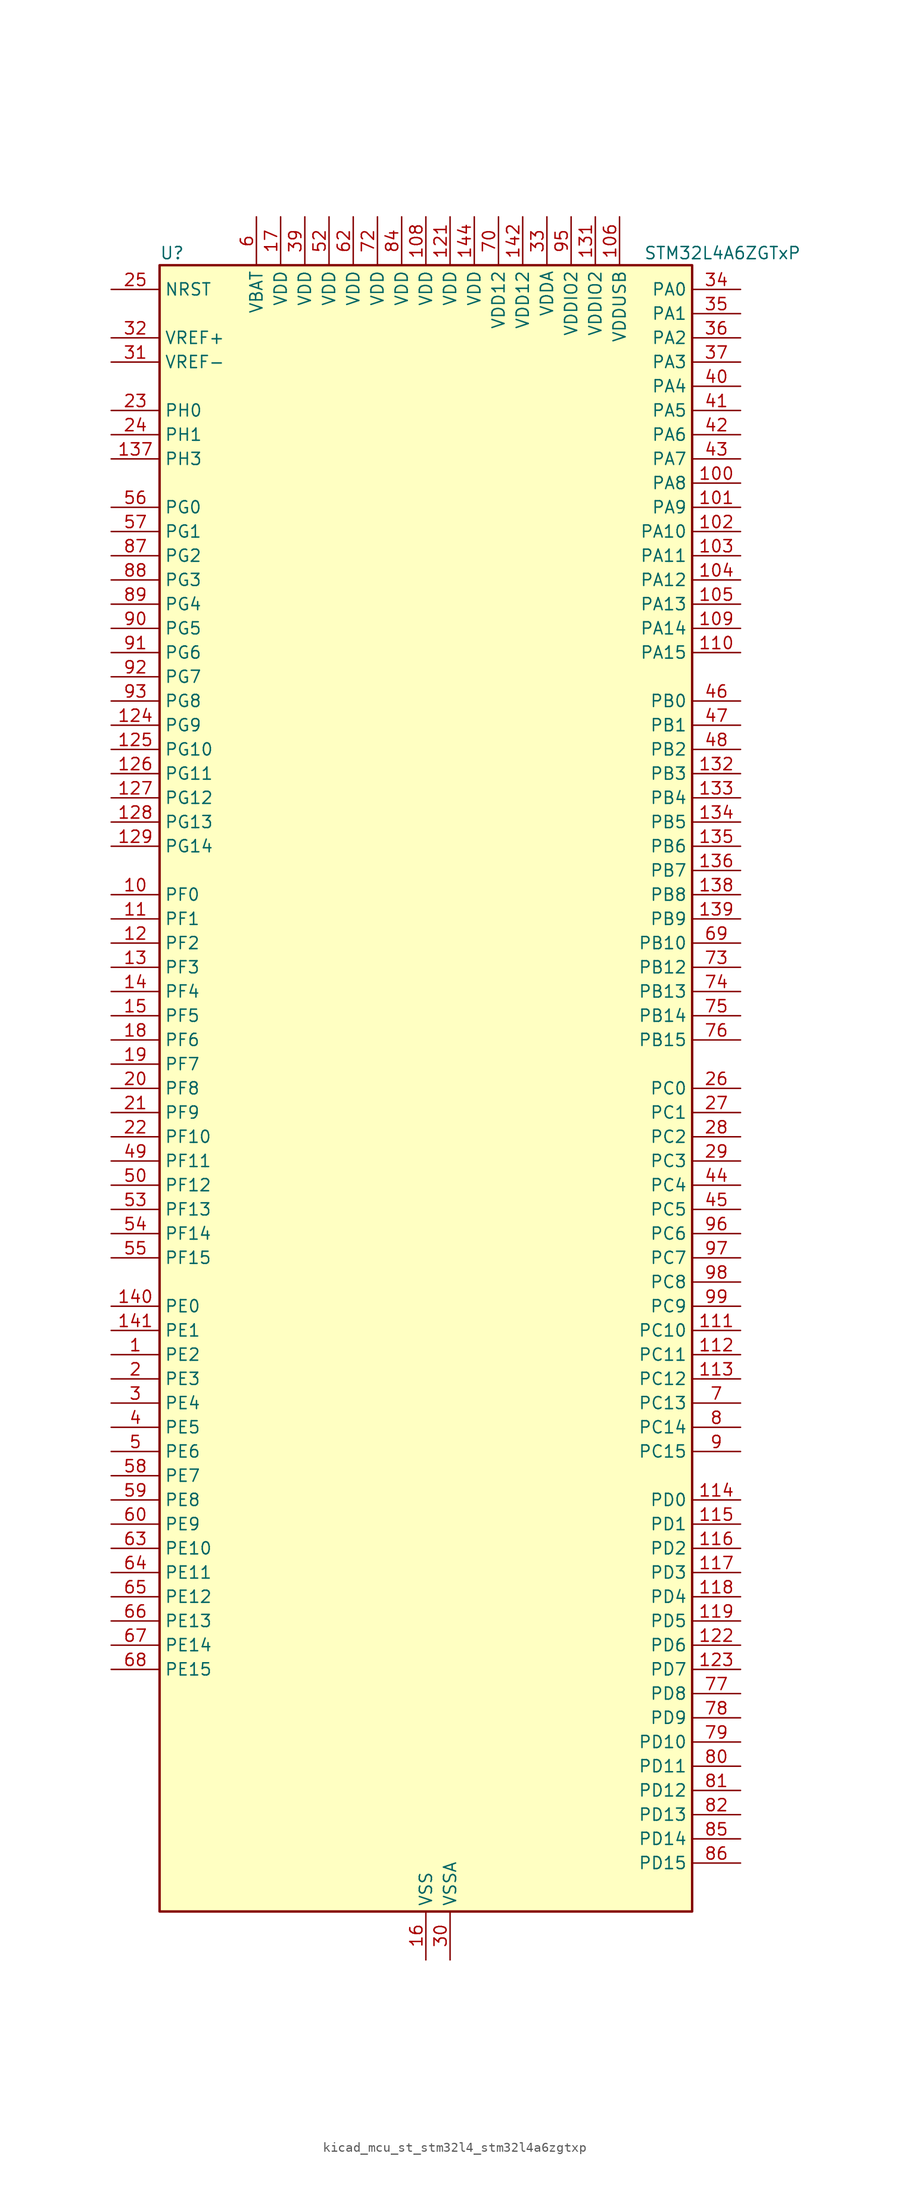
<source format=kicad_sym>
(kicad_symbol_lib
  (version 20220914)
  (generator kicad_symbol_editor)
  (symbol "kicad_mcu_st_stm32l4_stm32l4a6zgtxp"
    (property "Reference" "U"
      (at -27.94 87.63 0)
      (effects (font (size 1.27 1.27)) (justify left)))
    (property "Value" "STM32L4A6ZGTxP"
      (at 22.86 87.63 0)
      (effects (font (size 1.27 1.27)) (justify left)))
    (property "ki_locked" ""
      (at 0 0 0)
      (effects (font (size 1.27 1.27))))
    (symbol "kicad_mcu_st_stm32l4_stm32l4a6zgtxp_0_1"
      (rectangle (start -27.94 -86.36) (end 27.94 86.36) (stroke (width 0.254) (type default)) (fill (type background))))
    (symbol "kicad_mcu_st_stm32l4_stm32l4a6zgtxp_1_1"
      (pin bidirectional line (at -33.02 -27.94 0) (length 5.08) (name "PE2" (effects (font (size 1.27 1.27)))) (number "1" (effects (font (size 1.27 1.27)))) (alternate "FMC_A23" bidirectional line) (alternate "LCD_SEG38" bidirectional line) (alternate "SAI1_MCLK_A" bidirectional line) (alternate "SYS_TRACECLK" bidirectional line) (alternate "TIM3_ETR" bidirectional line) (alternate "TSC_G7_IO1" bidirectional line))
      (pin bidirectional line (at -33.02 20.32 0) (length 5.08) (name "PF0" (effects (font (size 1.27 1.27)))) (number "10" (effects (font (size 1.27 1.27)))) (alternate "FMC_A0" bidirectional line) (alternate "I2C2_SDA" bidirectional line))
      (pin bidirectional line (at 33.02 63.5 180) (length 5.08) (name "PA8" (effects (font (size 1.27 1.27)))) (number "100" (effects (font (size 1.27 1.27)))) (alternate "LCD_COM0" bidirectional line) (alternate "LPTIM2_OUT" bidirectional line) (alternate "RCC_MCO" bidirectional line) (alternate "SAI1_SCK_A" bidirectional line) (alternate "SWPMI1_IO" bidirectional line) (alternate "TIM1_CH1" bidirectional line) (alternate "USART1_CK" bidirectional line) (alternate "USB_OTG_FS_SOF" bidirectional line))
      (pin bidirectional line (at 33.02 60.96 180) (length 5.08) (name "PA9" (effects (font (size 1.27 1.27)))) (number "101" (effects (font (size 1.27 1.27)))) (alternate "DAC1_EXTI9" bidirectional line) (alternate "DCMI_D0" bidirectional line) (alternate "LCD_COM1" bidirectional line) (alternate "SAI1_FS_A" bidirectional line) (alternate "SPI2_SCK" bidirectional line) (alternate "TIM15_BKIN" bidirectional line) (alternate "TIM1_CH2" bidirectional line) (alternate "USART1_TX" bidirectional line) (alternate "USB_OTG_FS_VBUS" bidirectional line))
      (pin bidirectional line (at 33.02 58.42 180) (length 5.08) (name "PA10" (effects (font (size 1.27 1.27)))) (number "102" (effects (font (size 1.27 1.27)))) (alternate "DCMI_D1" bidirectional line) (alternate "LCD_COM2" bidirectional line) (alternate "SAI1_SD_A" bidirectional line) (alternate "TIM17_BKIN" bidirectional line) (alternate "TIM1_CH3" bidirectional line) (alternate "USART1_RX" bidirectional line) (alternate "USB_OTG_FS_ID" bidirectional line))
      (pin bidirectional line (at 33.02 55.88 180) (length 5.08) (name "PA11" (effects (font (size 1.27 1.27)))) (number "103" (effects (font (size 1.27 1.27)))) (alternate "ADC1_EXTI11" bidirectional line) (alternate "ADC2_EXTI11" bidirectional line) (alternate "ADC3_EXTI11" bidirectional line) (alternate "CAN1_RX" bidirectional line) (alternate "SPI1_MISO" bidirectional line) (alternate "TIM1_BKIN2" bidirectional line) (alternate "TIM1_BKIN2_COMP1" bidirectional line) (alternate "TIM1_CH4" bidirectional line) (alternate "USART1_CTS" bidirectional line) (alternate "USB_OTG_FS_DM" bidirectional line))
      (pin bidirectional line (at 33.02 53.34 180) (length 5.08) (name "PA12" (effects (font (size 1.27 1.27)))) (number "104" (effects (font (size 1.27 1.27)))) (alternate "CAN1_TX" bidirectional line) (alternate "SPI1_MOSI" bidirectional line) (alternate "TIM1_ETR" bidirectional line) (alternate "USART1_DE" bidirectional line) (alternate "USART1_RTS" bidirectional line) (alternate "USB_OTG_FS_DP" bidirectional line))
      (pin bidirectional line (at 33.02 50.8 180) (length 5.08) (name "PA13" (effects (font (size 1.27 1.27)))) (number "105" (effects (font (size 1.27 1.27)))) (alternate "IR_OUT" bidirectional line) (alternate "SAI1_SD_B" bidirectional line) (alternate "SWPMI1_TX" bidirectional line) (alternate "SYS_JTMS-SWDIO" bidirectional line) (alternate "USB_OTG_FS_NOE" bidirectional line))
      (pin power_in line (at 20.32 91.44 270) (length 5.08) (name "VDDUSB" (effects (font (size 1.27 1.27)))) (number "106" (effects (font (size 1.27 1.27)))))
      (pin passive line (at 0 -91.44 90) (length 5.08) hide (name "VSS" (effects (font (size 1.27 1.27)))) (number "107" (effects (font (size 1.27 1.27)))))
      (pin power_in line (at 0 91.44 270) (length 5.08) (name "VDD" (effects (font (size 1.27 1.27)))) (number "108" (effects (font (size 1.27 1.27)))))
      (pin bidirectional line (at 33.02 48.26 180) (length 5.08) (name "PA14" (effects (font (size 1.27 1.27)))) (number "109" (effects (font (size 1.27 1.27)))) (alternate "I2C1_SMBA" bidirectional line) (alternate "I2C4_SMBA" bidirectional line) (alternate "LPTIM1_OUT" bidirectional line) (alternate "SAI1_FS_B" bidirectional line) (alternate "SWPMI1_RX" bidirectional line) (alternate "SYS_JTCK-SWCLK" bidirectional line) (alternate "USB_OTG_FS_SOF" bidirectional line))
      (pin bidirectional line (at -33.02 17.78 0) (length 5.08) (name "PF1" (effects (font (size 1.27 1.27)))) (number "11" (effects (font (size 1.27 1.27)))) (alternate "FMC_A1" bidirectional line) (alternate "I2C2_SCL" bidirectional line))
      (pin bidirectional line (at 33.02 45.72 180) (length 5.08) (name "PA15" (effects (font (size 1.27 1.27)))) (number "110" (effects (font (size 1.27 1.27)))) (alternate "ADC1_EXTI15" bidirectional line) (alternate "ADC2_EXTI15" bidirectional line) (alternate "ADC3_EXTI15" bidirectional line) (alternate "LCD_SEG17" bidirectional line) (alternate "SAI2_FS_B" bidirectional line) (alternate "SPI1_NSS" bidirectional line) (alternate "SPI3_NSS" bidirectional line) (alternate "SWPMI1_SUSPEND" bidirectional line) (alternate "SYS_JTDI" bidirectional line) (alternate "TIM2_CH1" bidirectional line) (alternate "TIM2_ETR" bidirectional line) (alternate "TSC_G3_IO1" bidirectional line) (alternate "UART4_DE" bidirectional line) (alternate "UART4_RTS" bidirectional line) (alternate "USART2_RX" bidirectional line) (alternate "USART3_DE" bidirectional line) (alternate "USART3_RTS" bidirectional line))
      (pin bidirectional line (at 33.02 -25.4 180) (length 5.08) (name "PC10" (effects (font (size 1.27 1.27)))) (number "111" (effects (font (size 1.27 1.27)))) (alternate "DCMI_D8" bidirectional line) (alternate "LCD_COM4" bidirectional line) (alternate "LCD_SEG28" bidirectional line) (alternate "LCD_SEG40" bidirectional line) (alternate "SAI2_SCK_B" bidirectional line) (alternate "SDMMC1_D2" bidirectional line) (alternate "SPI3_SCK" bidirectional line) (alternate "SYS_TRACED1" bidirectional line) (alternate "TSC_G3_IO2" bidirectional line) (alternate "UART4_TX" bidirectional line) (alternate "USART3_TX" bidirectional line))
      (pin bidirectional line (at 33.02 -27.94 180) (length 5.08) (name "PC11" (effects (font (size 1.27 1.27)))) (number "112" (effects (font (size 1.27 1.27)))) (alternate "ADC1_EXTI11" bidirectional line) (alternate "ADC2_EXTI11" bidirectional line) (alternate "ADC3_EXTI11" bidirectional line) (alternate "DCMI_D4" bidirectional line) (alternate "LCD_COM5" bidirectional line) (alternate "LCD_SEG29" bidirectional line) (alternate "LCD_SEG41" bidirectional line) (alternate "QUADSPI_BK2_NCS" bidirectional line) (alternate "SAI2_MCLK_B" bidirectional line) (alternate "SDMMC1_D3" bidirectional line) (alternate "SPI3_MISO" bidirectional line) (alternate "TSC_G3_IO3" bidirectional line) (alternate "UART4_RX" bidirectional line) (alternate "USART3_RX" bidirectional line))
      (pin bidirectional line (at 33.02 -30.48 180) (length 5.08) (name "PC12" (effects (font (size 1.27 1.27)))) (number "113" (effects (font (size 1.27 1.27)))) (alternate "DCMI_D9" bidirectional line) (alternate "LCD_COM6" bidirectional line) (alternate "LCD_SEG30" bidirectional line) (alternate "LCD_SEG42" bidirectional line) (alternate "SAI2_SD_B" bidirectional line) (alternate "SDMMC1_CK" bidirectional line) (alternate "SPI3_MOSI" bidirectional line) (alternate "SYS_TRACED3" bidirectional line) (alternate "TSC_G3_IO4" bidirectional line) (alternate "UART5_TX" bidirectional line) (alternate "USART3_CK" bidirectional line))
      (pin bidirectional line (at 33.02 -43.18 180) (length 5.08) (name "PD0" (effects (font (size 1.27 1.27)))) (number "114" (effects (font (size 1.27 1.27)))) (alternate "CAN1_RX" bidirectional line) (alternate "DFSDM1_DATIN7" bidirectional line) (alternate "FMC_D2" bidirectional line) (alternate "FMC_DA2" bidirectional line) (alternate "SPI2_NSS" bidirectional line))
      (pin bidirectional line (at 33.02 -45.72 180) (length 5.08) (name "PD1" (effects (font (size 1.27 1.27)))) (number "115" (effects (font (size 1.27 1.27)))) (alternate "CAN1_TX" bidirectional line) (alternate "DFSDM1_CKIN7" bidirectional line) (alternate "FMC_D3" bidirectional line) (alternate "FMC_DA3" bidirectional line) (alternate "SPI2_SCK" bidirectional line))
      (pin bidirectional line (at 33.02 -48.26 180) (length 5.08) (name "PD2" (effects (font (size 1.27 1.27)))) (number "116" (effects (font (size 1.27 1.27)))) (alternate "DCMI_D11" bidirectional line) (alternate "LCD_COM7" bidirectional line) (alternate "LCD_SEG31" bidirectional line) (alternate "LCD_SEG43" bidirectional line) (alternate "SDMMC1_CMD" bidirectional line) (alternate "SYS_TRACED2" bidirectional line) (alternate "TIM3_ETR" bidirectional line) (alternate "TSC_SYNC" bidirectional line) (alternate "UART5_RX" bidirectional line) (alternate "USART3_DE" bidirectional line) (alternate "USART3_RTS" bidirectional line))
      (pin bidirectional line (at 33.02 -50.8 180) (length 5.08) (name "PD3" (effects (font (size 1.27 1.27)))) (number "117" (effects (font (size 1.27 1.27)))) (alternate "DCMI_D5" bidirectional line) (alternate "DFSDM1_DATIN0" bidirectional line) (alternate "FMC_CLK" bidirectional line) (alternate "QUADSPI_BK2_NCS" bidirectional line) (alternate "SPI2_MISO" bidirectional line) (alternate "SPI2_SCK" bidirectional line) (alternate "USART2_CTS" bidirectional line))
      (pin bidirectional line (at 33.02 -53.34 180) (length 5.08) (name "PD4" (effects (font (size 1.27 1.27)))) (number "118" (effects (font (size 1.27 1.27)))) (alternate "DFSDM1_CKIN0" bidirectional line) (alternate "FMC_NOE" bidirectional line) (alternate "QUADSPI_BK2_IO0" bidirectional line) (alternate "SPI2_MOSI" bidirectional line) (alternate "USART2_DE" bidirectional line) (alternate "USART2_RTS" bidirectional line))
      (pin bidirectional line (at 33.02 -55.88 180) (length 5.08) (name "PD5" (effects (font (size 1.27 1.27)))) (number "119" (effects (font (size 1.27 1.27)))) (alternate "FMC_NWE" bidirectional line) (alternate "QUADSPI_BK2_IO1" bidirectional line) (alternate "USART2_TX" bidirectional line))
      (pin bidirectional line (at -33.02 15.24 0) (length 5.08) (name "PF2" (effects (font (size 1.27 1.27)))) (number "12" (effects (font (size 1.27 1.27)))) (alternate "FMC_A2" bidirectional line) (alternate "I2C2_SMBA" bidirectional line))
      (pin passive line (at 0 -91.44 90) (length 5.08) hide (name "VSS" (effects (font (size 1.27 1.27)))) (number "120" (effects (font (size 1.27 1.27)))))
      (pin power_in line (at 2.54 91.44 270) (length 5.08) (name "VDD" (effects (font (size 1.27 1.27)))) (number "121" (effects (font (size 1.27 1.27)))))
      (pin bidirectional line (at 33.02 -58.42 180) (length 5.08) (name "PD6" (effects (font (size 1.27 1.27)))) (number "122" (effects (font (size 1.27 1.27)))) (alternate "DCMI_D10" bidirectional line) (alternate "DFSDM1_DATIN1" bidirectional line) (alternate "FMC_NWAIT" bidirectional line) (alternate "QUADSPI_BK2_IO1" bidirectional line) (alternate "QUADSPI_BK2_IO2" bidirectional line) (alternate "SAI1_SD_A" bidirectional line) (alternate "USART2_RX" bidirectional line))
      (pin bidirectional line (at 33.02 -60.96 180) (length 5.08) (name "PD7" (effects (font (size 1.27 1.27)))) (number "123" (effects (font (size 1.27 1.27)))) (alternate "DFSDM1_CKIN1" bidirectional line) (alternate "FMC_NE1" bidirectional line) (alternate "QUADSPI_BK2_IO3" bidirectional line) (alternate "USART2_CK" bidirectional line))
      (pin bidirectional line (at -33.02 38.1 0) (length 5.08) (name "PG9" (effects (font (size 1.27 1.27)))) (number "124" (effects (font (size 1.27 1.27)))) (alternate "DAC1_EXTI9" bidirectional line) (alternate "FMC_NCE" bidirectional line) (alternate "FMC_NE2" bidirectional line) (alternate "SAI2_SCK_A" bidirectional line) (alternate "SPI3_SCK" bidirectional line) (alternate "TIM15_CH1N" bidirectional line) (alternate "USART1_TX" bidirectional line))
      (pin bidirectional line (at -33.02 35.56 0) (length 5.08) (name "PG10" (effects (font (size 1.27 1.27)))) (number "125" (effects (font (size 1.27 1.27)))) (alternate "FMC_NE3" bidirectional line) (alternate "LPTIM1_IN1" bidirectional line) (alternate "SAI2_FS_A" bidirectional line) (alternate "SPI3_MISO" bidirectional line) (alternate "TIM15_CH1" bidirectional line) (alternate "USART1_RX" bidirectional line))
      (pin bidirectional line (at -33.02 33.02 0) (length 5.08) (name "PG11" (effects (font (size 1.27 1.27)))) (number "126" (effects (font (size 1.27 1.27)))) (alternate "ADC1_EXTI11" bidirectional line) (alternate "ADC2_EXTI11" bidirectional line) (alternate "ADC3_EXTI11" bidirectional line) (alternate "LPTIM1_IN2" bidirectional line) (alternate "SAI2_MCLK_A" bidirectional line) (alternate "SPI3_MOSI" bidirectional line) (alternate "TIM15_CH2" bidirectional line) (alternate "USART1_CTS" bidirectional line))
      (pin bidirectional line (at -33.02 30.48 0) (length 5.08) (name "PG12" (effects (font (size 1.27 1.27)))) (number "127" (effects (font (size 1.27 1.27)))) (alternate "FMC_NE4" bidirectional line) (alternate "LPTIM1_ETR" bidirectional line) (alternate "SAI2_SD_A" bidirectional line) (alternate "SPI3_NSS" bidirectional line) (alternate "USART1_DE" bidirectional line) (alternate "USART1_RTS" bidirectional line))
      (pin bidirectional line (at -33.02 27.94 0) (length 5.08) (name "PG13" (effects (font (size 1.27 1.27)))) (number "128" (effects (font (size 1.27 1.27)))) (alternate "FMC_A24" bidirectional line) (alternate "I2C1_SDA" bidirectional line) (alternate "USART1_CK" bidirectional line))
      (pin bidirectional line (at -33.02 25.4 0) (length 5.08) (name "PG14" (effects (font (size 1.27 1.27)))) (number "129" (effects (font (size 1.27 1.27)))) (alternate "FMC_A25" bidirectional line) (alternate "I2C1_SCL" bidirectional line))
      (pin bidirectional line (at -33.02 12.7 0) (length 5.08) (name "PF3" (effects (font (size 1.27 1.27)))) (number "13" (effects (font (size 1.27 1.27)))) (alternate "ADC3_IN6" bidirectional line) (alternate "FMC_A3" bidirectional line))
      (pin passive line (at 0 -91.44 90) (length 5.08) hide (name "VSS" (effects (font (size 1.27 1.27)))) (number "130" (effects (font (size 1.27 1.27)))))
      (pin power_in line (at 17.78 91.44 270) (length 5.08) (name "VDDIO2" (effects (font (size 1.27 1.27)))) (number "131" (effects (font (size 1.27 1.27)))))
      (pin bidirectional line (at 33.02 33.02 180) (length 5.08) (name "PB3" (effects (font (size 1.27 1.27)))) (number "132" (effects (font (size 1.27 1.27)))) (alternate "COMP2_INM" bidirectional line) (alternate "CRS_SYNC" bidirectional line) (alternate "LCD_SEG7" bidirectional line) (alternate "SAI1_SCK_B" bidirectional line) (alternate "SPI1_SCK" bidirectional line) (alternate "SPI3_SCK" bidirectional line) (alternate "SYS_JTDO-SWO" bidirectional line) (alternate "TIM2_CH2" bidirectional line) (alternate "USART1_DE" bidirectional line) (alternate "USART1_RTS" bidirectional line))
      (pin bidirectional line (at 33.02 30.48 180) (length 5.08) (name "PB4" (effects (font (size 1.27 1.27)))) (number "133" (effects (font (size 1.27 1.27)))) (alternate "COMP2_INP" bidirectional line) (alternate "DCMI_D12" bidirectional line) (alternate "I2C3_SDA" bidirectional line) (alternate "LCD_SEG8" bidirectional line) (alternate "SAI1_MCLK_B" bidirectional line) (alternate "SPI1_MISO" bidirectional line) (alternate "SPI3_MISO" bidirectional line) (alternate "SYS_JTRST" bidirectional line) (alternate "TIM17_BKIN" bidirectional line) (alternate "TIM3_CH1" bidirectional line) (alternate "TSC_G2_IO1" bidirectional line) (alternate "UART5_DE" bidirectional line) (alternate "UART5_RTS" bidirectional line) (alternate "USART1_CTS" bidirectional line))
      (pin bidirectional line (at 33.02 27.94 180) (length 5.08) (name "PB5" (effects (font (size 1.27 1.27)))) (number "134" (effects (font (size 1.27 1.27)))) (alternate "CAN2_RX" bidirectional line) (alternate "COMP2_OUT" bidirectional line) (alternate "DCMI_D10" bidirectional line) (alternate "I2C1_SMBA" bidirectional line) (alternate "LCD_SEG9" bidirectional line) (alternate "LPTIM1_IN1" bidirectional line) (alternate "SAI1_SD_B" bidirectional line) (alternate "SPI1_MOSI" bidirectional line) (alternate "SPI3_MOSI" bidirectional line) (alternate "TIM16_BKIN" bidirectional line) (alternate "TIM3_CH2" bidirectional line) (alternate "TSC_G2_IO2" bidirectional line) (alternate "UART5_CTS" bidirectional line) (alternate "USART1_CK" bidirectional line))
      (pin bidirectional line (at 33.02 25.4 180) (length 5.08) (name "PB6" (effects (font (size 1.27 1.27)))) (number "135" (effects (font (size 1.27 1.27)))) (alternate "CAN2_TX" bidirectional line) (alternate "COMP2_INP" bidirectional line) (alternate "DCMI_D5" bidirectional line) (alternate "DFSDM1_DATIN5" bidirectional line) (alternate "I2C1_SCL" bidirectional line) (alternate "I2C4_SCL" bidirectional line) (alternate "LPTIM1_ETR" bidirectional line) (alternate "SAI1_FS_B" bidirectional line) (alternate "TIM16_CH1N" bidirectional line) (alternate "TIM4_CH1" bidirectional line) (alternate "TIM8_BKIN2" bidirectional line) (alternate "TIM8_BKIN2_COMP2" bidirectional line) (alternate "TSC_G2_IO3" bidirectional line) (alternate "USART1_TX" bidirectional line))
      (pin bidirectional line (at 33.02 22.86 180) (length 5.08) (name "PB7" (effects (font (size 1.27 1.27)))) (number "136" (effects (font (size 1.27 1.27)))) (alternate "COMP2_INM" bidirectional line) (alternate "DCMI_VSYNC" bidirectional line) (alternate "DFSDM1_CKIN5" bidirectional line) (alternate "FMC_NL" bidirectional line) (alternate "I2C1_SDA" bidirectional line) (alternate "I2C4_SDA" bidirectional line) (alternate "LCD_SEG21" bidirectional line) (alternate "LPTIM1_IN2" bidirectional line) (alternate "SYS_PVD_IN" bidirectional line) (alternate "TIM17_CH1N" bidirectional line) (alternate "TIM4_CH2" bidirectional line) (alternate "TIM8_BKIN" bidirectional line) (alternate "TIM8_BKIN_COMP1" bidirectional line) (alternate "TSC_G2_IO4" bidirectional line) (alternate "UART4_CTS" bidirectional line) (alternate "USART1_RX" bidirectional line))
      (pin bidirectional line (at -33.02 66.04 0) (length 5.08) (name "PH3" (effects (font (size 1.27 1.27)))) (number "137" (effects (font (size 1.27 1.27)))))
      (pin bidirectional line (at 33.02 20.32 180) (length 5.08) (name "PB8" (effects (font (size 1.27 1.27)))) (number "138" (effects (font (size 1.27 1.27)))) (alternate "CAN1_RX" bidirectional line) (alternate "DCMI_D6" bidirectional line) (alternate "DFSDM1_DATIN6" bidirectional line) (alternate "I2C1_SCL" bidirectional line) (alternate "LCD_SEG16" bidirectional line) (alternate "SAI1_MCLK_A" bidirectional line) (alternate "SDMMC1_D4" bidirectional line) (alternate "TIM16_CH1" bidirectional line) (alternate "TIM4_CH3" bidirectional line))
      (pin bidirectional line (at 33.02 17.78 180) (length 5.08) (name "PB9" (effects (font (size 1.27 1.27)))) (number "139" (effects (font (size 1.27 1.27)))) (alternate "CAN1_TX" bidirectional line) (alternate "DAC1_EXTI9" bidirectional line) (alternate "DCMI_D7" bidirectional line) (alternate "DFSDM1_CKIN6" bidirectional line) (alternate "I2C1_SDA" bidirectional line) (alternate "IR_OUT" bidirectional line) (alternate "LCD_COM3" bidirectional line) (alternate "SAI1_FS_A" bidirectional line) (alternate "SDMMC1_D5" bidirectional line) (alternate "SPI2_NSS" bidirectional line) (alternate "TIM17_CH1" bidirectional line) (alternate "TIM4_CH4" bidirectional line))
      (pin bidirectional line (at -33.02 10.16 0) (length 5.08) (name "PF4" (effects (font (size 1.27 1.27)))) (number "14" (effects (font (size 1.27 1.27)))) (alternate "ADC3_IN7" bidirectional line) (alternate "FMC_A4" bidirectional line))
      (pin bidirectional line (at -33.02 -22.86 0) (length 5.08) (name "PE0" (effects (font (size 1.27 1.27)))) (number "140" (effects (font (size 1.27 1.27)))) (alternate "DCMI_D2" bidirectional line) (alternate "FMC_NBL0" bidirectional line) (alternate "LCD_SEG36" bidirectional line) (alternate "TIM16_CH1" bidirectional line) (alternate "TIM4_ETR" bidirectional line))
      (pin bidirectional line (at -33.02 -25.4 0) (length 5.08) (name "PE1" (effects (font (size 1.27 1.27)))) (number "141" (effects (font (size 1.27 1.27)))) (alternate "DCMI_D3" bidirectional line) (alternate "FMC_NBL1" bidirectional line) (alternate "LCD_SEG37" bidirectional line) (alternate "TIM17_CH1" bidirectional line))
      (pin power_in line (at 10.16 91.44 270) (length 5.08) (name "VDD12" (effects (font (size 1.27 1.27)))) (number "142" (effects (font (size 1.27 1.27)))))
      (pin passive line (at 0 -91.44 90) (length 5.08) hide (name "VSS" (effects (font (size 1.27 1.27)))) (number "143" (effects (font (size 1.27 1.27)))))
      (pin power_in line (at 5.08 91.44 270) (length 5.08) (name "VDD" (effects (font (size 1.27 1.27)))) (number "144" (effects (font (size 1.27 1.27)))))
      (pin bidirectional line (at -33.02 7.62 0) (length 5.08) (name "PF5" (effects (font (size 1.27 1.27)))) (number "15" (effects (font (size 1.27 1.27)))) (alternate "ADC3_IN8" bidirectional line) (alternate "FMC_A5" bidirectional line))
      (pin power_in line (at 0 -91.44 90) (length 5.08) (name "VSS" (effects (font (size 1.27 1.27)))) (number "16" (effects (font (size 1.27 1.27)))))
      (pin power_in line (at -15.24 91.44 270) (length 5.08) (name "VDD" (effects (font (size 1.27 1.27)))) (number "17" (effects (font (size 1.27 1.27)))))
      (pin bidirectional line (at -33.02 5.08 0) (length 5.08) (name "PF6" (effects (font (size 1.27 1.27)))) (number "18" (effects (font (size 1.27 1.27)))) (alternate "ADC3_IN9" bidirectional line) (alternate "QUADSPI_BK1_IO3" bidirectional line) (alternate "SAI1_SD_B" bidirectional line) (alternate "TIM5_CH1" bidirectional line) (alternate "TIM5_ETR" bidirectional line))
      (pin bidirectional line (at -33.02 2.54 0) (length 5.08) (name "PF7" (effects (font (size 1.27 1.27)))) (number "19" (effects (font (size 1.27 1.27)))) (alternate "ADC3_IN10" bidirectional line) (alternate "QUADSPI_BK1_IO2" bidirectional line) (alternate "SAI1_MCLK_B" bidirectional line) (alternate "TIM5_CH2" bidirectional line))
      (pin bidirectional line (at -33.02 -30.48 0) (length 5.08) (name "PE3" (effects (font (size 1.27 1.27)))) (number "2" (effects (font (size 1.27 1.27)))) (alternate "FMC_A19" bidirectional line) (alternate "LCD_SEG39" bidirectional line) (alternate "SAI1_SD_B" bidirectional line) (alternate "SYS_TRACED0" bidirectional line) (alternate "TIM3_CH1" bidirectional line) (alternate "TSC_G7_IO2" bidirectional line))
      (pin bidirectional line (at -33.02 0 0) (length 5.08) (name "PF8" (effects (font (size 1.27 1.27)))) (number "20" (effects (font (size 1.27 1.27)))) (alternate "ADC3_IN11" bidirectional line) (alternate "QUADSPI_BK1_IO0" bidirectional line) (alternate "SAI1_SCK_B" bidirectional line) (alternate "TIM5_CH3" bidirectional line))
      (pin bidirectional line (at -33.02 -2.54 0) (length 5.08) (name "PF9" (effects (font (size 1.27 1.27)))) (number "21" (effects (font (size 1.27 1.27)))) (alternate "ADC3_IN12" bidirectional line) (alternate "DAC1_EXTI9" bidirectional line) (alternate "QUADSPI_BK1_IO1" bidirectional line) (alternate "SAI1_FS_B" bidirectional line) (alternate "TIM15_CH1" bidirectional line) (alternate "TIM5_CH4" bidirectional line))
      (pin bidirectional line (at -33.02 -5.08 0) (length 5.08) (name "PF10" (effects (font (size 1.27 1.27)))) (number "22" (effects (font (size 1.27 1.27)))) (alternate "ADC3_IN13" bidirectional line) (alternate "DCMI_D11" bidirectional line) (alternate "QUADSPI_CLK" bidirectional line) (alternate "TIM15_CH2" bidirectional line))
      (pin bidirectional line (at -33.02 71.12 0) (length 5.08) (name "PH0" (effects (font (size 1.27 1.27)))) (number "23" (effects (font (size 1.27 1.27)))) (alternate "RCC_OSC_IN" bidirectional line))
      (pin bidirectional line (at -33.02 68.58 0) (length 5.08) (name "PH1" (effects (font (size 1.27 1.27)))) (number "24" (effects (font (size 1.27 1.27)))) (alternate "RCC_OSC_OUT" bidirectional line))
      (pin input line (at -33.02 83.82 0) (length 5.08) (name "NRST" (effects (font (size 1.27 1.27)))) (number "25" (effects (font (size 1.27 1.27)))))
      (pin bidirectional line (at 33.02 0 180) (length 5.08) (name "PC0" (effects (font (size 1.27 1.27)))) (number "26" (effects (font (size 1.27 1.27)))) (alternate "ADC1_IN1" bidirectional line) (alternate "ADC2_IN1" bidirectional line) (alternate "ADC3_IN1" bidirectional line) (alternate "DFSDM1_DATIN4" bidirectional line) (alternate "I2C3_SCL" bidirectional line) (alternate "I2C4_SCL" bidirectional line) (alternate "LCD_SEG18" bidirectional line) (alternate "LPTIM1_IN1" bidirectional line) (alternate "LPTIM2_IN1" bidirectional line) (alternate "LPUART1_RX" bidirectional line))
      (pin bidirectional line (at 33.02 -2.54 180) (length 5.08) (name "PC1" (effects (font (size 1.27 1.27)))) (number "27" (effects (font (size 1.27 1.27)))) (alternate "ADC1_IN2" bidirectional line) (alternate "ADC2_IN2" bidirectional line) (alternate "ADC3_IN2" bidirectional line) (alternate "DFSDM1_CKIN4" bidirectional line) (alternate "I2C3_SDA" bidirectional line) (alternate "I2C4_SDA" bidirectional line) (alternate "LCD_SEG19" bidirectional line) (alternate "LPTIM1_OUT" bidirectional line) (alternate "LPUART1_TX" bidirectional line) (alternate "QUADSPI_BK2_IO0" bidirectional line) (alternate "SAI1_SD_A" bidirectional line) (alternate "SPI2_MOSI" bidirectional line) (alternate "SYS_TRACED0" bidirectional line))
      (pin bidirectional line (at 33.02 -5.08 180) (length 5.08) (name "PC2" (effects (font (size 1.27 1.27)))) (number "28" (effects (font (size 1.27 1.27)))) (alternate "ADC1_IN3" bidirectional line) (alternate "ADC2_IN3" bidirectional line) (alternate "ADC3_IN3" bidirectional line) (alternate "DFSDM1_CKOUT" bidirectional line) (alternate "LCD_SEG20" bidirectional line) (alternate "LPTIM1_IN2" bidirectional line) (alternate "QUADSPI_BK2_IO1" bidirectional line) (alternate "SPI2_MISO" bidirectional line))
      (pin bidirectional line (at 33.02 -7.62 180) (length 5.08) (name "PC3" (effects (font (size 1.27 1.27)))) (number "29" (effects (font (size 1.27 1.27)))) (alternate "ADC1_IN4" bidirectional line) (alternate "ADC2_IN4" bidirectional line) (alternate "ADC3_IN4" bidirectional line) (alternate "LCD_VLCD" bidirectional line) (alternate "LPTIM1_ETR" bidirectional line) (alternate "LPTIM2_ETR" bidirectional line) (alternate "QUADSPI_BK2_IO2" bidirectional line) (alternate "SAI1_SD_A" bidirectional line) (alternate "SPI2_MOSI" bidirectional line))
      (pin bidirectional line (at -33.02 -33.02 0) (length 5.08) (name "PE4" (effects (font (size 1.27 1.27)))) (number "3" (effects (font (size 1.27 1.27)))) (alternate "DCMI_D4" bidirectional line) (alternate "DFSDM1_DATIN3" bidirectional line) (alternate "FMC_A20" bidirectional line) (alternate "SAI1_FS_A" bidirectional line) (alternate "SYS_TRACED1" bidirectional line) (alternate "TIM3_CH2" bidirectional line) (alternate "TSC_G7_IO3" bidirectional line))
      (pin power_in line (at 2.54 -91.44 90) (length 5.08) (name "VSSA" (effects (font (size 1.27 1.27)))) (number "30" (effects (font (size 1.27 1.27)))))
      (pin input line (at -33.02 76.2 0) (length 5.08) (name "VREF-" (effects (font (size 1.27 1.27)))) (number "31" (effects (font (size 1.27 1.27)))))
      (pin input line (at -33.02 78.74 0) (length 5.08) (name "VREF+" (effects (font (size 1.27 1.27)))) (number "32" (effects (font (size 1.27 1.27)))) (alternate "VREFBUF_OUT" bidirectional line))
      (pin power_in line (at 12.7 91.44 270) (length 5.08) (name "VDDA" (effects (font (size 1.27 1.27)))) (number "33" (effects (font (size 1.27 1.27)))))
      (pin bidirectional line (at 33.02 83.82 180) (length 5.08) (name "PA0" (effects (font (size 1.27 1.27)))) (number "34" (effects (font (size 1.27 1.27)))) (alternate "ADC1_IN5" bidirectional line) (alternate "ADC2_IN5" bidirectional line) (alternate "OPAMP1_VINP" bidirectional line) (alternate "RTC_TAMP2" bidirectional line) (alternate "SAI1_EXTCLK" bidirectional line) (alternate "SYS_WKUP1" bidirectional line) (alternate "TIM2_CH1" bidirectional line) (alternate "TIM2_ETR" bidirectional line) (alternate "TIM5_CH1" bidirectional line) (alternate "TIM8_ETR" bidirectional line) (alternate "UART4_TX" bidirectional line) (alternate "USART2_CTS" bidirectional line))
      (pin bidirectional line (at 33.02 81.28 180) (length 5.08) (name "PA1" (effects (font (size 1.27 1.27)))) (number "35" (effects (font (size 1.27 1.27)))) (alternate "ADC1_IN6" bidirectional line) (alternate "ADC2_IN6" bidirectional line) (alternate "I2C1_SMBA" bidirectional line) (alternate "LCD_SEG0" bidirectional line) (alternate "OPAMP1_VINM" bidirectional line) (alternate "SPI1_SCK" bidirectional line) (alternate "TIM15_CH1N" bidirectional line) (alternate "TIM2_CH2" bidirectional line) (alternate "TIM5_CH2" bidirectional line) (alternate "UART4_RX" bidirectional line) (alternate "USART2_DE" bidirectional line) (alternate "USART2_RTS" bidirectional line))
      (pin bidirectional line (at 33.02 78.74 180) (length 5.08) (name "PA2" (effects (font (size 1.27 1.27)))) (number "36" (effects (font (size 1.27 1.27)))) (alternate "ADC1_IN7" bidirectional line) (alternate "ADC2_IN7" bidirectional line) (alternate "LCD_SEG1" bidirectional line) (alternate "LPUART1_TX" bidirectional line) (alternate "QUADSPI_BK1_NCS" bidirectional line) (alternate "RCC_LSCO" bidirectional line) (alternate "SAI2_EXTCLK" bidirectional line) (alternate "SYS_WKUP4" bidirectional line) (alternate "TIM15_CH1" bidirectional line) (alternate "TIM2_CH3" bidirectional line) (alternate "TIM5_CH3" bidirectional line) (alternate "USART2_TX" bidirectional line))
      (pin bidirectional line (at 33.02 76.2 180) (length 5.08) (name "PA3" (effects (font (size 1.27 1.27)))) (number "37" (effects (font (size 1.27 1.27)))) (alternate "ADC1_IN8" bidirectional line) (alternate "ADC2_IN8" bidirectional line) (alternate "LCD_SEG2" bidirectional line) (alternate "LPUART1_RX" bidirectional line) (alternate "OPAMP1_VOUT" bidirectional line) (alternate "QUADSPI_CLK" bidirectional line) (alternate "SAI1_MCLK_A" bidirectional line) (alternate "TIM15_CH2" bidirectional line) (alternate "TIM2_CH4" bidirectional line) (alternate "TIM5_CH4" bidirectional line) (alternate "USART2_RX" bidirectional line))
      (pin passive line (at 0 -91.44 90) (length 5.08) hide (name "VSS" (effects (font (size 1.27 1.27)))) (number "38" (effects (font (size 1.27 1.27)))))
      (pin power_in line (at -12.7 91.44 270) (length 5.08) (name "VDD" (effects (font (size 1.27 1.27)))) (number "39" (effects (font (size 1.27 1.27)))))
      (pin bidirectional line (at -33.02 -35.56 0) (length 5.08) (name "PE5" (effects (font (size 1.27 1.27)))) (number "4" (effects (font (size 1.27 1.27)))) (alternate "DCMI_D6" bidirectional line) (alternate "DFSDM1_CKIN3" bidirectional line) (alternate "FMC_A21" bidirectional line) (alternate "SAI1_SCK_A" bidirectional line) (alternate "SYS_TRACED2" bidirectional line) (alternate "TIM3_CH3" bidirectional line) (alternate "TSC_G7_IO4" bidirectional line))
      (pin bidirectional line (at 33.02 73.66 180) (length 5.08) (name "PA4" (effects (font (size 1.27 1.27)))) (number "40" (effects (font (size 1.27 1.27)))) (alternate "ADC1_IN9" bidirectional line) (alternate "ADC2_IN9" bidirectional line) (alternate "DAC1_OUT1" bidirectional line) (alternate "DCMI_HSYNC" bidirectional line) (alternate "LPTIM2_OUT" bidirectional line) (alternate "SAI1_FS_B" bidirectional line) (alternate "SPI1_NSS" bidirectional line) (alternate "SPI3_NSS" bidirectional line) (alternate "USART2_CK" bidirectional line))
      (pin bidirectional line (at 33.02 71.12 180) (length 5.08) (name "PA5" (effects (font (size 1.27 1.27)))) (number "41" (effects (font (size 1.27 1.27)))) (alternate "ADC1_IN10" bidirectional line) (alternate "ADC2_IN10" bidirectional line) (alternate "DAC1_OUT2" bidirectional line) (alternate "LPTIM2_ETR" bidirectional line) (alternate "SPI1_SCK" bidirectional line) (alternate "TIM2_CH1" bidirectional line) (alternate "TIM2_ETR" bidirectional line) (alternate "TIM8_CH1N" bidirectional line))
      (pin bidirectional line (at 33.02 68.58 180) (length 5.08) (name "PA6" (effects (font (size 1.27 1.27)))) (number "42" (effects (font (size 1.27 1.27)))) (alternate "ADC1_IN11" bidirectional line) (alternate "ADC2_IN11" bidirectional line) (alternate "DCMI_PIXCLK" bidirectional line) (alternate "LCD_SEG3" bidirectional line) (alternate "LPUART1_CTS" bidirectional line) (alternate "OPAMP2_VINP" bidirectional line) (alternate "QUADSPI_BK1_IO3" bidirectional line) (alternate "SPI1_MISO" bidirectional line) (alternate "TIM16_CH1" bidirectional line) (alternate "TIM1_BKIN" bidirectional line) (alternate "TIM1_BKIN_COMP2" bidirectional line) (alternate "TIM3_CH1" bidirectional line) (alternate "TIM8_BKIN" bidirectional line) (alternate "TIM8_BKIN_COMP2" bidirectional line) (alternate "USART3_CTS" bidirectional line))
      (pin bidirectional line (at 33.02 66.04 180) (length 5.08) (name "PA7" (effects (font (size 1.27 1.27)))) (number "43" (effects (font (size 1.27 1.27)))) (alternate "ADC1_IN12" bidirectional line) (alternate "ADC2_IN12" bidirectional line) (alternate "I2C3_SCL" bidirectional line) (alternate "LCD_SEG4" bidirectional line) (alternate "OPAMP2_VINM" bidirectional line) (alternate "QUADSPI_BK1_IO2" bidirectional line) (alternate "SPI1_MOSI" bidirectional line) (alternate "TIM17_CH1" bidirectional line) (alternate "TIM1_CH1N" bidirectional line) (alternate "TIM3_CH2" bidirectional line) (alternate "TIM8_CH1N" bidirectional line))
      (pin bidirectional line (at 33.02 -10.16 180) (length 5.08) (name "PC4" (effects (font (size 1.27 1.27)))) (number "44" (effects (font (size 1.27 1.27)))) (alternate "ADC1_IN13" bidirectional line) (alternate "ADC2_IN13" bidirectional line) (alternate "COMP1_INM" bidirectional line) (alternate "LCD_SEG22" bidirectional line) (alternate "QUADSPI_BK2_IO3" bidirectional line) (alternate "USART3_TX" bidirectional line))
      (pin bidirectional line (at 33.02 -12.7 180) (length 5.08) (name "PC5" (effects (font (size 1.27 1.27)))) (number "45" (effects (font (size 1.27 1.27)))) (alternate "ADC1_IN14" bidirectional line) (alternate "ADC2_IN14" bidirectional line) (alternate "COMP1_INP" bidirectional line) (alternate "LCD_SEG23" bidirectional line) (alternate "SYS_WKUP5" bidirectional line) (alternate "USART3_RX" bidirectional line))
      (pin bidirectional line (at 33.02 40.64 180) (length 5.08) (name "PB0" (effects (font (size 1.27 1.27)))) (number "46" (effects (font (size 1.27 1.27)))) (alternate "ADC1_IN15" bidirectional line) (alternate "ADC2_IN15" bidirectional line) (alternate "COMP1_OUT" bidirectional line) (alternate "LCD_SEG5" bidirectional line) (alternate "OPAMP2_VOUT" bidirectional line) (alternate "QUADSPI_BK1_IO1" bidirectional line) (alternate "SAI1_EXTCLK" bidirectional line) (alternate "SPI1_NSS" bidirectional line) (alternate "TIM1_CH2N" bidirectional line) (alternate "TIM3_CH3" bidirectional line) (alternate "TIM8_CH2N" bidirectional line) (alternate "USART3_CK" bidirectional line))
      (pin bidirectional line (at 33.02 38.1 180) (length 5.08) (name "PB1" (effects (font (size 1.27 1.27)))) (number "47" (effects (font (size 1.27 1.27)))) (alternate "ADC1_IN16" bidirectional line) (alternate "ADC2_IN16" bidirectional line) (alternate "COMP1_INM" bidirectional line) (alternate "DFSDM1_DATIN0" bidirectional line) (alternate "LCD_SEG6" bidirectional line) (alternate "LPTIM2_IN1" bidirectional line) (alternate "LPUART1_DE" bidirectional line) (alternate "LPUART1_RTS" bidirectional line) (alternate "QUADSPI_BK1_IO0" bidirectional line) (alternate "TIM1_CH3N" bidirectional line) (alternate "TIM3_CH4" bidirectional line) (alternate "TIM8_CH3N" bidirectional line) (alternate "USART3_DE" bidirectional line) (alternate "USART3_RTS" bidirectional line))
      (pin bidirectional line (at 33.02 35.56 180) (length 5.08) (name "PB2" (effects (font (size 1.27 1.27)))) (number "48" (effects (font (size 1.27 1.27)))) (alternate "COMP1_INP" bidirectional line) (alternate "DFSDM1_CKIN0" bidirectional line) (alternate "I2C3_SMBA" bidirectional line) (alternate "LCD_VLCD" bidirectional line) (alternate "LPTIM1_OUT" bidirectional line) (alternate "RTC_OUT_ALARM" bidirectional line) (alternate "RTC_OUT_CALIB" bidirectional line))
      (pin bidirectional line (at -33.02 -7.62 0) (length 5.08) (name "PF11" (effects (font (size 1.27 1.27)))) (number "49" (effects (font (size 1.27 1.27)))) (alternate "ADC1_EXTI11" bidirectional line) (alternate "ADC2_EXTI11" bidirectional line) (alternate "ADC3_EXTI11" bidirectional line) (alternate "DCMI_D12" bidirectional line))
      (pin bidirectional line (at -33.02 -38.1 0) (length 5.08) (name "PE6" (effects (font (size 1.27 1.27)))) (number "5" (effects (font (size 1.27 1.27)))) (alternate "DCMI_D7" bidirectional line) (alternate "FMC_A22" bidirectional line) (alternate "RTC_TAMP3" bidirectional line) (alternate "SAI1_SD_A" bidirectional line) (alternate "SYS_TRACED3" bidirectional line) (alternate "SYS_WKUP3" bidirectional line) (alternate "TIM3_CH4" bidirectional line))
      (pin bidirectional line (at -33.02 -10.16 0) (length 5.08) (name "PF12" (effects (font (size 1.27 1.27)))) (number "50" (effects (font (size 1.27 1.27)))) (alternate "FMC_A6" bidirectional line))
      (pin passive line (at 0 -91.44 90) (length 5.08) hide (name "VSS" (effects (font (size 1.27 1.27)))) (number "51" (effects (font (size 1.27 1.27)))))
      (pin power_in line (at -10.16 91.44 270) (length 5.08) (name "VDD" (effects (font (size 1.27 1.27)))) (number "52" (effects (font (size 1.27 1.27)))))
      (pin bidirectional line (at -33.02 -12.7 0) (length 5.08) (name "PF13" (effects (font (size 1.27 1.27)))) (number "53" (effects (font (size 1.27 1.27)))) (alternate "DFSDM1_DATIN6" bidirectional line) (alternate "FMC_A7" bidirectional line) (alternate "I2C4_SMBA" bidirectional line))
      (pin bidirectional line (at -33.02 -15.24 0) (length 5.08) (name "PF14" (effects (font (size 1.27 1.27)))) (number "54" (effects (font (size 1.27 1.27)))) (alternate "DFSDM1_CKIN6" bidirectional line) (alternate "FMC_A8" bidirectional line) (alternate "I2C4_SCL" bidirectional line) (alternate "TSC_G8_IO1" bidirectional line))
      (pin bidirectional line (at -33.02 -17.78 0) (length 5.08) (name "PF15" (effects (font (size 1.27 1.27)))) (number "55" (effects (font (size 1.27 1.27)))) (alternate "ADC1_EXTI15" bidirectional line) (alternate "ADC2_EXTI15" bidirectional line) (alternate "ADC3_EXTI15" bidirectional line) (alternate "FMC_A9" bidirectional line) (alternate "I2C4_SDA" bidirectional line) (alternate "TSC_G8_IO2" bidirectional line))
      (pin bidirectional line (at -33.02 60.96 0) (length 5.08) (name "PG0" (effects (font (size 1.27 1.27)))) (number "56" (effects (font (size 1.27 1.27)))) (alternate "FMC_A10" bidirectional line) (alternate "TSC_G8_IO3" bidirectional line))
      (pin bidirectional line (at -33.02 58.42 0) (length 5.08) (name "PG1" (effects (font (size 1.27 1.27)))) (number "57" (effects (font (size 1.27 1.27)))) (alternate "FMC_A11" bidirectional line) (alternate "TSC_G8_IO4" bidirectional line))
      (pin bidirectional line (at -33.02 -40.64 0) (length 5.08) (name "PE7" (effects (font (size 1.27 1.27)))) (number "58" (effects (font (size 1.27 1.27)))) (alternate "DFSDM1_DATIN2" bidirectional line) (alternate "FMC_D4" bidirectional line) (alternate "FMC_DA4" bidirectional line) (alternate "SAI1_SD_B" bidirectional line) (alternate "TIM1_ETR" bidirectional line))
      (pin bidirectional line (at -33.02 -43.18 0) (length 5.08) (name "PE8" (effects (font (size 1.27 1.27)))) (number "59" (effects (font (size 1.27 1.27)))) (alternate "DFSDM1_CKIN2" bidirectional line) (alternate "FMC_D5" bidirectional line) (alternate "FMC_DA5" bidirectional line) (alternate "SAI1_SCK_B" bidirectional line) (alternate "TIM1_CH1N" bidirectional line))
      (pin power_in line (at -17.78 91.44 270) (length 5.08) (name "VBAT" (effects (font (size 1.27 1.27)))) (number "6" (effects (font (size 1.27 1.27)))))
      (pin bidirectional line (at -33.02 -45.72 0) (length 5.08) (name "PE9" (effects (font (size 1.27 1.27)))) (number "60" (effects (font (size 1.27 1.27)))) (alternate "DAC1_EXTI9" bidirectional line) (alternate "DFSDM1_CKOUT" bidirectional line) (alternate "FMC_D6" bidirectional line) (alternate "FMC_DA6" bidirectional line) (alternate "SAI1_FS_B" bidirectional line) (alternate "TIM1_CH1" bidirectional line))
      (pin passive line (at 0 -91.44 90) (length 5.08) hide (name "VSS" (effects (font (size 1.27 1.27)))) (number "61" (effects (font (size 1.27 1.27)))))
      (pin power_in line (at -7.62 91.44 270) (length 5.08) (name "VDD" (effects (font (size 1.27 1.27)))) (number "62" (effects (font (size 1.27 1.27)))))
      (pin bidirectional line (at -33.02 -48.26 0) (length 5.08) (name "PE10" (effects (font (size 1.27 1.27)))) (number "63" (effects (font (size 1.27 1.27)))) (alternate "DFSDM1_DATIN4" bidirectional line) (alternate "FMC_D7" bidirectional line) (alternate "FMC_DA7" bidirectional line) (alternate "QUADSPI_CLK" bidirectional line) (alternate "SAI1_MCLK_B" bidirectional line) (alternate "TIM1_CH2N" bidirectional line) (alternate "TSC_G5_IO1" bidirectional line))
      (pin bidirectional line (at -33.02 -50.8 0) (length 5.08) (name "PE11" (effects (font (size 1.27 1.27)))) (number "64" (effects (font (size 1.27 1.27)))) (alternate "ADC1_EXTI11" bidirectional line) (alternate "ADC2_EXTI11" bidirectional line) (alternate "ADC3_EXTI11" bidirectional line) (alternate "DFSDM1_CKIN4" bidirectional line) (alternate "FMC_D8" bidirectional line) (alternate "FMC_DA8" bidirectional line) (alternate "QUADSPI_BK1_NCS" bidirectional line) (alternate "TIM1_CH2" bidirectional line) (alternate "TSC_G5_IO2" bidirectional line))
      (pin bidirectional line (at -33.02 -53.34 0) (length 5.08) (name "PE12" (effects (font (size 1.27 1.27)))) (number "65" (effects (font (size 1.27 1.27)))) (alternate "DFSDM1_DATIN5" bidirectional line) (alternate "FMC_D9" bidirectional line) (alternate "FMC_DA9" bidirectional line) (alternate "QUADSPI_BK1_IO0" bidirectional line) (alternate "SPI1_NSS" bidirectional line) (alternate "TIM1_CH3N" bidirectional line) (alternate "TSC_G5_IO3" bidirectional line))
      (pin bidirectional line (at -33.02 -55.88 0) (length 5.08) (name "PE13" (effects (font (size 1.27 1.27)))) (number "66" (effects (font (size 1.27 1.27)))) (alternate "DFSDM1_CKIN5" bidirectional line) (alternate "FMC_D10" bidirectional line) (alternate "FMC_DA10" bidirectional line) (alternate "QUADSPI_BK1_IO1" bidirectional line) (alternate "SPI1_SCK" bidirectional line) (alternate "TIM1_CH3" bidirectional line) (alternate "TSC_G5_IO4" bidirectional line))
      (pin bidirectional line (at -33.02 -58.42 0) (length 5.08) (name "PE14" (effects (font (size 1.27 1.27)))) (number "67" (effects (font (size 1.27 1.27)))) (alternate "FMC_D11" bidirectional line) (alternate "FMC_DA11" bidirectional line) (alternate "QUADSPI_BK1_IO2" bidirectional line) (alternate "SPI1_MISO" bidirectional line) (alternate "TIM1_BKIN2" bidirectional line) (alternate "TIM1_BKIN2_COMP2" bidirectional line) (alternate "TIM1_CH4" bidirectional line))
      (pin bidirectional line (at -33.02 -60.96 0) (length 5.08) (name "PE15" (effects (font (size 1.27 1.27)))) (number "68" (effects (font (size 1.27 1.27)))) (alternate "ADC1_EXTI15" bidirectional line) (alternate "ADC2_EXTI15" bidirectional line) (alternate "ADC3_EXTI15" bidirectional line) (alternate "FMC_D12" bidirectional line) (alternate "FMC_DA12" bidirectional line) (alternate "QUADSPI_BK1_IO3" bidirectional line) (alternate "SPI1_MOSI" bidirectional line) (alternate "TIM1_BKIN" bidirectional line) (alternate "TIM1_BKIN_COMP1" bidirectional line))
      (pin bidirectional line (at 33.02 15.24 180) (length 5.08) (name "PB10" (effects (font (size 1.27 1.27)))) (number "69" (effects (font (size 1.27 1.27)))) (alternate "COMP1_OUT" bidirectional line) (alternate "DFSDM1_DATIN7" bidirectional line) (alternate "I2C2_SCL" bidirectional line) (alternate "I2C4_SCL" bidirectional line) (alternate "LCD_SEG10" bidirectional line) (alternate "LPUART1_RX" bidirectional line) (alternate "QUADSPI_CLK" bidirectional line) (alternate "SAI1_SCK_A" bidirectional line) (alternate "SPI2_SCK" bidirectional line) (alternate "TIM2_CH3" bidirectional line) (alternate "TSC_SYNC" bidirectional line) (alternate "USART3_TX" bidirectional line))
      (pin bidirectional line (at 33.02 -33.02 180) (length 5.08) (name "PC13" (effects (font (size 1.27 1.27)))) (number "7" (effects (font (size 1.27 1.27)))) (alternate "RTC_OUT_ALARM" bidirectional line) (alternate "RTC_OUT_CALIB" bidirectional line) (alternate "RTC_TAMP1" bidirectional line) (alternate "RTC_TS" bidirectional line) (alternate "SYS_WKUP2" bidirectional line))
      (pin power_in line (at 7.62 91.44 270) (length 5.08) (name "VDD12" (effects (font (size 1.27 1.27)))) (number "70" (effects (font (size 1.27 1.27)))))
      (pin passive line (at 0 -91.44 90) (length 5.08) hide (name "VSS" (effects (font (size 1.27 1.27)))) (number "71" (effects (font (size 1.27 1.27)))))
      (pin power_in line (at -5.08 91.44 270) (length 5.08) (name "VDD" (effects (font (size 1.27 1.27)))) (number "72" (effects (font (size 1.27 1.27)))))
      (pin bidirectional line (at 33.02 12.7 180) (length 5.08) (name "PB12" (effects (font (size 1.27 1.27)))) (number "73" (effects (font (size 1.27 1.27)))) (alternate "CAN2_RX" bidirectional line) (alternate "DFSDM1_DATIN1" bidirectional line) (alternate "I2C2_SMBA" bidirectional line) (alternate "LCD_SEG12" bidirectional line) (alternate "LPUART1_DE" bidirectional line) (alternate "LPUART1_RTS" bidirectional line) (alternate "SAI2_FS_A" bidirectional line) (alternate "SPI2_NSS" bidirectional line) (alternate "SWPMI1_IO" bidirectional line) (alternate "TIM15_BKIN" bidirectional line) (alternate "TIM1_BKIN" bidirectional line) (alternate "TIM1_BKIN_COMP2" bidirectional line) (alternate "TSC_G1_IO1" bidirectional line) (alternate "USART3_CK" bidirectional line))
      (pin bidirectional line (at 33.02 10.16 180) (length 5.08) (name "PB13" (effects (font (size 1.27 1.27)))) (number "74" (effects (font (size 1.27 1.27)))) (alternate "CAN2_TX" bidirectional line) (alternate "DFSDM1_CKIN1" bidirectional line) (alternate "I2C2_SCL" bidirectional line) (alternate "LCD_SEG13" bidirectional line) (alternate "LPUART1_CTS" bidirectional line) (alternate "SAI2_SCK_A" bidirectional line) (alternate "SPI2_SCK" bidirectional line) (alternate "SWPMI1_TX" bidirectional line) (alternate "TIM15_CH1N" bidirectional line) (alternate "TIM1_CH1N" bidirectional line) (alternate "TSC_G1_IO2" bidirectional line) (alternate "USART3_CTS" bidirectional line))
      (pin bidirectional line (at 33.02 7.62 180) (length 5.08) (name "PB14" (effects (font (size 1.27 1.27)))) (number "75" (effects (font (size 1.27 1.27)))) (alternate "DFSDM1_DATIN2" bidirectional line) (alternate "I2C2_SDA" bidirectional line) (alternate "LCD_SEG14" bidirectional line) (alternate "SAI2_MCLK_A" bidirectional line) (alternate "SPI2_MISO" bidirectional line) (alternate "SWPMI1_RX" bidirectional line) (alternate "TIM15_CH1" bidirectional line) (alternate "TIM1_CH2N" bidirectional line) (alternate "TIM8_CH2N" bidirectional line) (alternate "TSC_G1_IO3" bidirectional line) (alternate "USART3_DE" bidirectional line) (alternate "USART3_RTS" bidirectional line))
      (pin bidirectional line (at 33.02 5.08 180) (length 5.08) (name "PB15" (effects (font (size 1.27 1.27)))) (number "76" (effects (font (size 1.27 1.27)))) (alternate "ADC1_EXTI15" bidirectional line) (alternate "ADC2_EXTI15" bidirectional line) (alternate "ADC3_EXTI15" bidirectional line) (alternate "DFSDM1_CKIN2" bidirectional line) (alternate "LCD_SEG15" bidirectional line) (alternate "RTC_REFIN" bidirectional line) (alternate "SAI2_SD_A" bidirectional line) (alternate "SPI2_MOSI" bidirectional line) (alternate "SWPMI1_SUSPEND" bidirectional line) (alternate "TIM15_CH2" bidirectional line) (alternate "TIM1_CH3N" bidirectional line) (alternate "TIM8_CH3N" bidirectional line) (alternate "TSC_G1_IO4" bidirectional line))
      (pin bidirectional line (at 33.02 -63.5 180) (length 5.08) (name "PD8" (effects (font (size 1.27 1.27)))) (number "77" (effects (font (size 1.27 1.27)))) (alternate "DCMI_HSYNC" bidirectional line) (alternate "FMC_D13" bidirectional line) (alternate "FMC_DA13" bidirectional line) (alternate "LCD_SEG28" bidirectional line) (alternate "USART3_TX" bidirectional line))
      (pin bidirectional line (at 33.02 -66.04 180) (length 5.08) (name "PD9" (effects (font (size 1.27 1.27)))) (number "78" (effects (font (size 1.27 1.27)))) (alternate "DAC1_EXTI9" bidirectional line) (alternate "DCMI_PIXCLK" bidirectional line) (alternate "FMC_D14" bidirectional line) (alternate "FMC_DA14" bidirectional line) (alternate "LCD_SEG29" bidirectional line) (alternate "SAI2_MCLK_A" bidirectional line) (alternate "USART3_RX" bidirectional line))
      (pin bidirectional line (at 33.02 -68.58 180) (length 5.08) (name "PD10" (effects (font (size 1.27 1.27)))) (number "79" (effects (font (size 1.27 1.27)))) (alternate "FMC_D15" bidirectional line) (alternate "FMC_DA15" bidirectional line) (alternate "LCD_SEG30" bidirectional line) (alternate "SAI2_SCK_A" bidirectional line) (alternate "TSC_G6_IO1" bidirectional line) (alternate "USART3_CK" bidirectional line))
      (pin bidirectional line (at 33.02 -35.56 180) (length 5.08) (name "PC14" (effects (font (size 1.27 1.27)))) (number "8" (effects (font (size 1.27 1.27)))) (alternate "RCC_OSC32_IN" bidirectional line))
      (pin bidirectional line (at 33.02 -71.12 180) (length 5.08) (name "PD11" (effects (font (size 1.27 1.27)))) (number "80" (effects (font (size 1.27 1.27)))) (alternate "ADC1_EXTI11" bidirectional line) (alternate "ADC2_EXTI11" bidirectional line) (alternate "ADC3_EXTI11" bidirectional line) (alternate "FMC_A16" bidirectional line) (alternate "FMC_CLE" bidirectional line) (alternate "I2C4_SMBA" bidirectional line) (alternate "LCD_SEG31" bidirectional line) (alternate "LPTIM2_ETR" bidirectional line) (alternate "SAI2_SD_A" bidirectional line) (alternate "TSC_G6_IO2" bidirectional line) (alternate "USART3_CTS" bidirectional line))
      (pin bidirectional line (at 33.02 -73.66 180) (length 5.08) (name "PD12" (effects (font (size 1.27 1.27)))) (number "81" (effects (font (size 1.27 1.27)))) (alternate "FMC_A17" bidirectional line) (alternate "FMC_ALE" bidirectional line) (alternate "I2C4_SCL" bidirectional line) (alternate "LCD_SEG32" bidirectional line) (alternate "LPTIM2_IN1" bidirectional line) (alternate "SAI2_FS_A" bidirectional line) (alternate "TIM4_CH1" bidirectional line) (alternate "TSC_G6_IO3" bidirectional line) (alternate "USART3_DE" bidirectional line) (alternate "USART3_RTS" bidirectional line))
      (pin bidirectional line (at 33.02 -76.2 180) (length 5.08) (name "PD13" (effects (font (size 1.27 1.27)))) (number "82" (effects (font (size 1.27 1.27)))) (alternate "FMC_A18" bidirectional line) (alternate "I2C4_SDA" bidirectional line) (alternate "LCD_SEG33" bidirectional line) (alternate "LPTIM2_OUT" bidirectional line) (alternate "TIM4_CH2" bidirectional line) (alternate "TSC_G6_IO4" bidirectional line))
      (pin passive line (at 0 -91.44 90) (length 5.08) hide (name "VSS" (effects (font (size 1.27 1.27)))) (number "83" (effects (font (size 1.27 1.27)))))
      (pin power_in line (at -2.54 91.44 270) (length 5.08) (name "VDD" (effects (font (size 1.27 1.27)))) (number "84" (effects (font (size 1.27 1.27)))))
      (pin bidirectional line (at 33.02 -78.74 180) (length 5.08) (name "PD14" (effects (font (size 1.27 1.27)))) (number "85" (effects (font (size 1.27 1.27)))) (alternate "FMC_D0" bidirectional line) (alternate "FMC_DA0" bidirectional line) (alternate "LCD_SEG34" bidirectional line) (alternate "TIM4_CH3" bidirectional line))
      (pin bidirectional line (at 33.02 -81.28 180) (length 5.08) (name "PD15" (effects (font (size 1.27 1.27)))) (number "86" (effects (font (size 1.27 1.27)))) (alternate "ADC1_EXTI15" bidirectional line) (alternate "ADC2_EXTI15" bidirectional line) (alternate "ADC3_EXTI15" bidirectional line) (alternate "FMC_D1" bidirectional line) (alternate "FMC_DA1" bidirectional line) (alternate "LCD_SEG35" bidirectional line) (alternate "TIM4_CH4" bidirectional line))
      (pin bidirectional line (at -33.02 55.88 0) (length 5.08) (name "PG2" (effects (font (size 1.27 1.27)))) (number "87" (effects (font (size 1.27 1.27)))) (alternate "FMC_A12" bidirectional line) (alternate "SAI2_SCK_B" bidirectional line) (alternate "SPI1_SCK" bidirectional line))
      (pin bidirectional line (at -33.02 53.34 0) (length 5.08) (name "PG3" (effects (font (size 1.27 1.27)))) (number "88" (effects (font (size 1.27 1.27)))) (alternate "FMC_A13" bidirectional line) (alternate "SAI2_FS_B" bidirectional line) (alternate "SPI1_MISO" bidirectional line))
      (pin bidirectional line (at -33.02 50.8 0) (length 5.08) (name "PG4" (effects (font (size 1.27 1.27)))) (number "89" (effects (font (size 1.27 1.27)))) (alternate "FMC_A14" bidirectional line) (alternate "SAI2_MCLK_B" bidirectional line) (alternate "SPI1_MOSI" bidirectional line))
      (pin bidirectional line (at 33.02 -38.1 180) (length 5.08) (name "PC15" (effects (font (size 1.27 1.27)))) (number "9" (effects (font (size 1.27 1.27)))) (alternate "ADC1_EXTI15" bidirectional line) (alternate "ADC2_EXTI15" bidirectional line) (alternate "ADC3_EXTI15" bidirectional line) (alternate "RCC_OSC32_OUT" bidirectional line))
      (pin bidirectional line (at -33.02 48.26 0) (length 5.08) (name "PG5" (effects (font (size 1.27 1.27)))) (number "90" (effects (font (size 1.27 1.27)))) (alternate "FMC_A15" bidirectional line) (alternate "LPUART1_CTS" bidirectional line) (alternate "SAI2_SD_B" bidirectional line) (alternate "SPI1_NSS" bidirectional line))
      (pin bidirectional line (at -33.02 45.72 0) (length 5.08) (name "PG6" (effects (font (size 1.27 1.27)))) (number "91" (effects (font (size 1.27 1.27)))) (alternate "I2C3_SMBA" bidirectional line) (alternate "LPUART1_DE" bidirectional line) (alternate "LPUART1_RTS" bidirectional line))
      (pin bidirectional line (at -33.02 43.18 0) (length 5.08) (name "PG7" (effects (font (size 1.27 1.27)))) (number "92" (effects (font (size 1.27 1.27)))) (alternate "FMC_INT" bidirectional line) (alternate "I2C3_SCL" bidirectional line) (alternate "LPUART1_TX" bidirectional line) (alternate "SAI1_MCLK_A" bidirectional line))
      (pin bidirectional line (at -33.02 40.64 0) (length 5.08) (name "PG8" (effects (font (size 1.27 1.27)))) (number "93" (effects (font (size 1.27 1.27)))) (alternate "I2C3_SDA" bidirectional line) (alternate "LPUART1_RX" bidirectional line))
      (pin passive line (at 0 -91.44 90) (length 5.08) hide (name "VSS" (effects (font (size 1.27 1.27)))) (number "94" (effects (font (size 1.27 1.27)))))
      (pin power_in line (at 15.24 91.44 270) (length 5.08) (name "VDDIO2" (effects (font (size 1.27 1.27)))) (number "95" (effects (font (size 1.27 1.27)))))
      (pin bidirectional line (at 33.02 -15.24 180) (length 5.08) (name "PC6" (effects (font (size 1.27 1.27)))) (number "96" (effects (font (size 1.27 1.27)))) (alternate "DCMI_D0" bidirectional line) (alternate "DFSDM1_CKIN3" bidirectional line) (alternate "LCD_SEG24" bidirectional line) (alternate "SAI2_MCLK_A" bidirectional line) (alternate "SDMMC1_D6" bidirectional line) (alternate "TIM3_CH1" bidirectional line) (alternate "TIM8_CH1" bidirectional line) (alternate "TSC_G4_IO1" bidirectional line))
      (pin bidirectional line (at 33.02 -17.78 180) (length 5.08) (name "PC7" (effects (font (size 1.27 1.27)))) (number "97" (effects (font (size 1.27 1.27)))) (alternate "DCMI_D1" bidirectional line) (alternate "DFSDM1_DATIN3" bidirectional line) (alternate "LCD_SEG25" bidirectional line) (alternate "SAI2_MCLK_B" bidirectional line) (alternate "SDMMC1_D7" bidirectional line) (alternate "TIM3_CH2" bidirectional line) (alternate "TIM8_CH2" bidirectional line) (alternate "TSC_G4_IO2" bidirectional line))
      (pin bidirectional line (at 33.02 -20.32 180) (length 5.08) (name "PC8" (effects (font (size 1.27 1.27)))) (number "98" (effects (font (size 1.27 1.27)))) (alternate "DCMI_D2" bidirectional line) (alternate "LCD_SEG26" bidirectional line) (alternate "SDMMC1_D0" bidirectional line) (alternate "TIM3_CH3" bidirectional line) (alternate "TIM8_CH3" bidirectional line) (alternate "TSC_G4_IO3" bidirectional line))
      (pin bidirectional line (at 33.02 -22.86 180) (length 5.08) (name "PC9" (effects (font (size 1.27 1.27)))) (number "99" (effects (font (size 1.27 1.27)))) (alternate "DAC1_EXTI9" bidirectional line) (alternate "DCMI_D3" bidirectional line) (alternate "I2C3_SDA" bidirectional line) (alternate "LCD_SEG27" bidirectional line) (alternate "SAI2_EXTCLK" bidirectional line) (alternate "SDMMC1_D1" bidirectional line) (alternate "TIM3_CH4" bidirectional line) (alternate "TIM8_BKIN2" bidirectional line) (alternate "TIM8_BKIN2_COMP1" bidirectional line) (alternate "TIM8_CH4" bidirectional line) (alternate "TSC_G4_IO4" bidirectional line) (alternate "USB_OTG_FS_NOE" bidirectional line)))))
</source>
